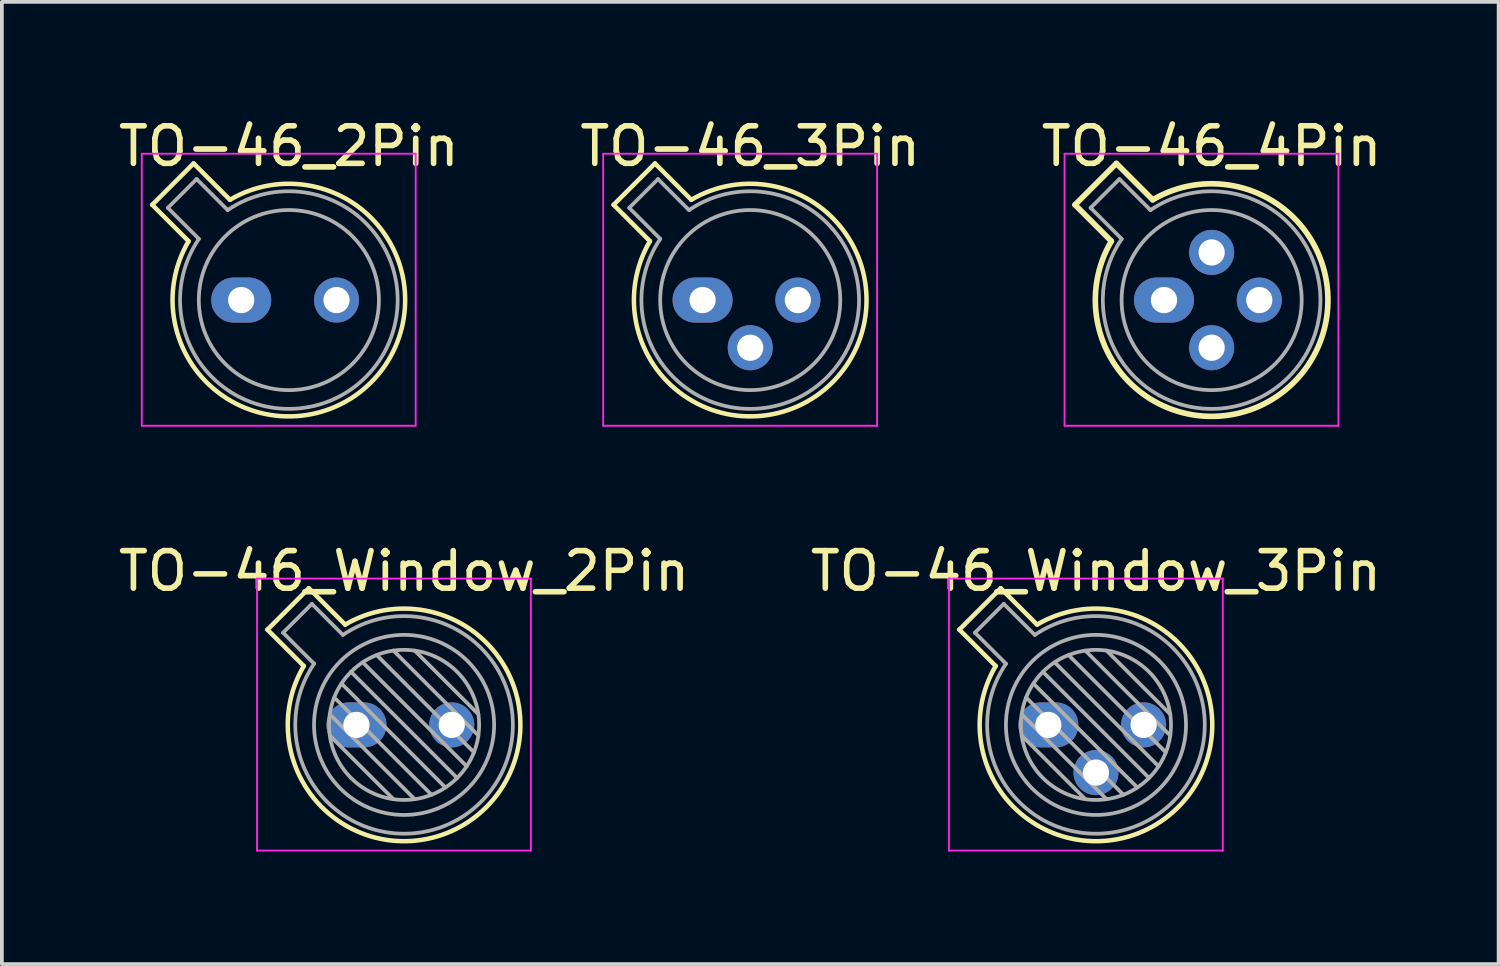
<source format=kicad_pcb>
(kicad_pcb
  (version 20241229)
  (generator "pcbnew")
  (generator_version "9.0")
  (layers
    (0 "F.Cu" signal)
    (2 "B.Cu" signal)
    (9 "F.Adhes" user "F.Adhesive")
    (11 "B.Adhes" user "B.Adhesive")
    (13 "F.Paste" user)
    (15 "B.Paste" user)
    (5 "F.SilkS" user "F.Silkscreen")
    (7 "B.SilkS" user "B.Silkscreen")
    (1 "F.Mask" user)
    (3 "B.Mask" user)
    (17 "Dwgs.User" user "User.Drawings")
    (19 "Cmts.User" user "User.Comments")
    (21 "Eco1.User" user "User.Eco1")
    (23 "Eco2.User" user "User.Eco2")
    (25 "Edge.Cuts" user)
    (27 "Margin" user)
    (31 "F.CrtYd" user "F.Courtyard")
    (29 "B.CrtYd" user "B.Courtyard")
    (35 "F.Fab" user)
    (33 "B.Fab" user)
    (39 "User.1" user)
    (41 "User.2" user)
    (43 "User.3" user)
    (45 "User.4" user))
  (footprint "TO-46_Window_2Pin"
    (layer "F.Cu")
    (at 6.45 16.271)
    (property "Reference" "TO-46_Window_2Pin" (at 1.27 -4.1 0) (layer "F.SilkS") (effects (font (size 1 1) (thickness 0.15))))
    (attr through_hole)
    (fp_line (start -2.372 -2.539) (end -1.403 -1.57) (stroke (width 0.12) (type solid)) (layer "F.SilkS"))
    (fp_line (start -1.269 -3.642) (end -2.372 -2.539) (stroke (width 0.12) (type solid)) (layer "F.SilkS"))
    (fp_line (start -0.3 -2.673) (end -1.269 -3.642) (stroke (width 0.12) (type solid)) (layer "F.SilkS"))
    (fp_arc (start -0.299966 -2.673052) (mid 3.462031 2.192031) (end -1.403052 -1.569965) (stroke (width 0.12) (type solid)) (layer "F.SilkS"))
    (fp_line (start -2.65 -3.9) (end -2.65 3.35) (stroke (width 0.05) (type solid)) (layer "F.CrtYd"))
    (fp_line (start -2.65 3.35) (end 4.65 3.35) (stroke (width 0.05) (type solid)) (layer "F.CrtYd"))
    (fp_line (start 4.65 -3.9) (end -2.65 -3.9) (stroke (width 0.05) (type solid)) (layer "F.CrtYd"))
    (fp_line (start 4.65 3.35) (end 4.65 -3.9) (stroke (width 0.05) (type solid)) (layer "F.CrtYd"))
    (fp_line (start -1.955 -2.458) (end -1.128 -1.631) (stroke (width 0.1) (type solid)) (layer "F.Fab"))
    (fp_line (start -1.188 -3.225) (end -1.955 -2.458) (stroke (width 0.1) (type solid)) (layer "F.Fab"))
    (fp_line (start -0.71 -0.283) (end 1.553 1.98) (stroke (width 0.1) (type solid)) (layer "F.Fab"))
    (fp_line (start -0.71 0.283) (end 0.987 1.98) (stroke (width 0.1) (type solid)) (layer "F.Fab"))
    (fp_line (start -0.592 -0.731) (end 2.001 1.862) (stroke (width 0.1) (type solid)) (layer "F.Fab"))
    (fp_line (start -0.399 -1.103) (end 2.373 1.669) (stroke (width 0.1) (type solid)) (layer "F.Fab"))
    (fp_line (start -0.361 -2.398) (end -1.188 -3.225) (stroke (width 0.1) (type solid)) (layer "F.Fab"))
    (fp_line (start -0.145 -1.415) (end 2.685 1.415) (stroke (width 0.1) (type solid)) (layer "F.Fab"))
    (fp_line (start 0.167 -1.669) (end 2.939 1.103) (stroke (width 0.1) (type solid)) (layer "F.Fab"))
    (fp_line (start 0.539 -1.862) (end 3.132 0.731) (stroke (width 0.1) (type solid)) (layer "F.Fab"))
    (fp_line (start 0.987 -1.98) (end 3.25 0.283) (stroke (width 0.1) (type solid)) (layer "F.Fab"))
    (fp_line (start 1.553 -1.98) (end 3.25 -0.283) (stroke (width 0.1) (type solid)) (layer "F.Fab"))
    (fp_arc (start -0.360736 -2.398061) (mid 3.320609 2.050609) (end -1.128061 -1.630736) (stroke (width 0.1) (type solid)) (layer "F.Fab"))
    (fp_circle (center 1.27 0) (end 3.27 0) (stroke (width 0.1) (type solid)) (fill no) (layer "F.Fab"))
    (fp_circle (center 1.27 0) (end 3.67 0) (stroke (width 0.1) (type solid)) (fill no) (layer "F.Fab"))
    (pad "1" thru_hole oval (at 0 0) (size 1.6 1.2) (drill 0.7) (layers "*.Cu" "*.Mask"))
    (pad "2" thru_hole oval (at 2.54 0) (size 1.2 1.2) (drill 0.7) (layers "*.Cu" "*.Mask")))
  (footprint "TO-46_2Pin"
    (layer "F.Cu")
    (at 3.379 4.948)
    (property "Reference" "TO-46_2Pin" (at 1.27 -4.1 0) (layer "F.SilkS") (effects (font (size 1 1) (thickness 0.15))))
    (attr through_hole)
    (fp_line (start -2.372 -2.539) (end -1.403 -1.57) (stroke (width 0.12) (type solid)) (layer "F.SilkS"))
    (fp_line (start -1.269 -3.642) (end -2.372 -2.539) (stroke (width 0.12) (type solid)) (layer "F.SilkS"))
    (fp_line (start -0.3 -2.673) (end -1.269 -3.642) (stroke (width 0.12) (type solid)) (layer "F.SilkS"))
    (fp_arc (start -0.299966 -2.673052) (mid 3.462031 2.192031) (end -1.403052 -1.569965) (stroke (width 0.12) (type solid)) (layer "F.SilkS"))
    (fp_line (start -2.65 -3.9) (end -2.65 3.35) (stroke (width 0.05) (type solid)) (layer "F.CrtYd"))
    (fp_line (start -2.65 3.35) (end 4.65 3.35) (stroke (width 0.05) (type solid)) (layer "F.CrtYd"))
    (fp_line (start 4.65 -3.9) (end -2.65 -3.9) (stroke (width 0.05) (type solid)) (layer "F.CrtYd"))
    (fp_line (start 4.65 3.35) (end 4.65 -3.9) (stroke (width 0.05) (type solid)) (layer "F.CrtYd"))
    (fp_line (start -1.955 -2.458) (end -1.128 -1.631) (stroke (width 0.1) (type solid)) (layer "F.Fab"))
    (fp_line (start -1.188 -3.225) (end -1.955 -2.458) (stroke (width 0.1) (type solid)) (layer "F.Fab"))
    (fp_line (start -0.361 -2.398) (end -1.188 -3.225) (stroke (width 0.1) (type solid)) (layer "F.Fab"))
    (fp_arc (start -0.360736 -2.398061) (mid 3.320609 2.050609) (end -1.128061 -1.630736) (stroke (width 0.1) (type solid)) (layer "F.Fab"))
    (fp_circle (center 1.27 0) (end 3.67 0) (stroke (width 0.1) (type solid)) (fill no) (layer "F.Fab"))
    (pad "1" thru_hole oval (at 0 0) (size 1.6 1.2) (drill 0.7) (layers "*.Cu" "*.Mask"))
    (pad "2" thru_hole oval (at 2.54 0) (size 1.2 1.2) (drill 0.7) (layers "*.Cu" "*.Mask")))
  (footprint "TO-46_4Pin"
    (layer "F.Cu")
    (at 27.974 4.948)
    (property "Reference" "TO-46_4Pin" (at 1.27 -4.1 0) (layer "F.SilkS") (effects (font (size 1 1) (thickness 0.15))))
    (attr through_hole)
    (fp_line (start -2.372 -2.539) (end -1.403 -1.57) (stroke (width 0.15) (type solid)) (layer "F.SilkS"))
    (fp_line (start -1.269 -3.642) (end -2.372 -2.539) (stroke (width 0.15) (type solid)) (layer "F.SilkS"))
    (fp_line (start -0.3 -2.673) (end -1.269 -3.642) (stroke (width 0.15) (type solid)) (layer "F.SilkS"))
    (fp_arc (start -0.299966 -2.673052) (mid 3.462031 2.192031) (end -1.403052 -1.569965) (stroke (width 0.15) (type solid)) (layer "F.SilkS"))
    (fp_line (start -2.65 -3.9) (end -2.65 3.35) (stroke (width 0.05) (type solid)) (layer "F.CrtYd"))
    (fp_line (start -2.65 3.35) (end 4.65 3.35) (stroke (width 0.05) (type solid)) (layer "F.CrtYd"))
    (fp_line (start 4.65 -3.9) (end -2.65 -3.9) (stroke (width 0.05) (type solid)) (layer "F.CrtYd"))
    (fp_line (start 4.65 3.35) (end 4.65 -3.9) (stroke (width 0.05) (type solid)) (layer "F.CrtYd"))
    (fp_line (start -1.955 -2.458) (end -1.128 -1.631) (stroke (width 0.1) (type solid)) (layer "F.Fab"))
    (fp_line (start -1.188 -3.225) (end -1.955 -2.458) (stroke (width 0.1) (type solid)) (layer "F.Fab"))
    (fp_line (start -0.361 -2.398) (end -1.188 -3.225) (stroke (width 0.1) (type solid)) (layer "F.Fab"))
    (fp_arc (start -0.360736 -2.398061) (mid 3.320609 2.050609) (end -1.128061 -1.630736) (stroke (width 0.1) (type solid)) (layer "F.Fab"))
    (fp_circle (center 1.27 0) (end 3.67 0) (stroke (width 0.1) (type solid)) (fill no) (layer "F.Fab"))
    (pad "1" thru_hole oval (at 0 0) (size 1.6 1.2) (drill 0.7) (layers "*.Cu" "*.Mask"))
    (pad "2" thru_hole oval (at 1.27 1.27) (size 1.2 1.2) (drill 0.7) (layers "*.Cu" "*.Mask"))
    (pad "3" thru_hole oval (at 2.54 0) (size 1.2 1.2) (drill 0.7) (layers "*.Cu" "*.Mask"))
    (pad "4" thru_hole oval (at 1.27 -1.27) (size 1.2 1.2) (drill 0.7) (layers "*.Cu" "*.Mask")))
  (footprint "TO-46_Window_3Pin"
    (layer "F.Cu")
    (at 24.891 16.271)
    (property "Reference" "TO-46_Window_3Pin" (at 1.27 -4.1 0) (layer "F.SilkS") (effects (font (size 1 1) (thickness 0.15))))
    (attr through_hole)
    (fp_line (start -2.372 -2.539) (end -1.403 -1.57) (stroke (width 0.12) (type solid)) (layer "F.SilkS"))
    (fp_line (start -1.269 -3.642) (end -2.372 -2.539) (stroke (width 0.12) (type solid)) (layer "F.SilkS"))
    (fp_line (start -0.3 -2.673) (end -1.269 -3.642) (stroke (width 0.12) (type solid)) (layer "F.SilkS"))
    (fp_arc (start -0.299966 -2.673052) (mid 3.462031 2.192031) (end -1.403052 -1.569965) (stroke (width 0.12) (type solid)) (layer "F.SilkS"))
    (fp_line (start -2.65 -3.9) (end -2.65 3.35) (stroke (width 0.05) (type solid)) (layer "F.CrtYd"))
    (fp_line (start -2.65 3.35) (end 4.65 3.35) (stroke (width 0.05) (type solid)) (layer "F.CrtYd"))
    (fp_line (start 4.65 -3.9) (end -2.65 -3.9) (stroke (width 0.05) (type solid)) (layer "F.CrtYd"))
    (fp_line (start 4.65 3.35) (end 4.65 -3.9) (stroke (width 0.05) (type solid)) (layer "F.CrtYd"))
    (fp_line (start -1.955 -2.458) (end -1.128 -1.631) (stroke (width 0.1) (type solid)) (layer "F.Fab"))
    (fp_line (start -1.188 -3.225) (end -1.955 -2.458) (stroke (width 0.1) (type solid)) (layer "F.Fab"))
    (fp_line (start -0.71 -0.283) (end 1.553 1.98) (stroke (width 0.1) (type solid)) (layer "F.Fab"))
    (fp_line (start -0.71 0.283) (end 0.987 1.98) (stroke (width 0.1) (type solid)) (layer "F.Fab"))
    (fp_line (start -0.592 -0.731) (end 2.001 1.862) (stroke (width 0.1) (type solid)) (layer "F.Fab"))
    (fp_line (start -0.399 -1.103) (end 2.373 1.669) (stroke (width 0.1) (type solid)) (layer "F.Fab"))
    (fp_line (start -0.361 -2.398) (end -1.188 -3.225) (stroke (width 0.1) (type solid)) (layer "F.Fab"))
    (fp_line (start -0.145 -1.415) (end 2.685 1.415) (stroke (width 0.1) (type solid)) (layer "F.Fab"))
    (fp_line (start 0.167 -1.669) (end 2.939 1.103) (stroke (width 0.1) (type solid)) (layer "F.Fab"))
    (fp_line (start 0.539 -1.862) (end 3.132 0.731) (stroke (width 0.1) (type solid)) (layer "F.Fab"))
    (fp_line (start 0.987 -1.98) (end 3.25 0.283) (stroke (width 0.1) (type solid)) (layer "F.Fab"))
    (fp_line (start 1.553 -1.98) (end 3.25 -0.283) (stroke (width 0.1) (type solid)) (layer "F.Fab"))
    (fp_arc (start -0.360736 -2.398061) (mid 3.320609 2.050609) (end -1.128061 -1.630736) (stroke (width 0.1) (type solid)) (layer "F.Fab"))
    (fp_circle (center 1.27 0) (end 3.27 0) (stroke (width 0.1) (type solid)) (fill no) (layer "F.Fab"))
    (fp_circle (center 1.27 0) (end 3.67 0) (stroke (width 0.1) (type solid)) (fill no) (layer "F.Fab"))
    (pad "1" thru_hole oval (at 0 0) (size 1.6 1.2) (drill 0.7) (layers "*.Cu" "*.Mask"))
    (pad "2" thru_hole oval (at 1.27 1.27) (size 1.2 1.2) (drill 0.7) (layers "*.Cu" "*.Mask"))
    (pad "3" thru_hole oval (at 2.54 0) (size 1.2 1.2) (drill 0.7) (layers "*.Cu" "*.Mask")))
  (footprint "TO-46_3Pin"
    (layer "F.Cu")
    (at 15.676 4.948)
    (property "Reference" "TO-46_3Pin" (at 1.27 -4.1 0) (layer "F.SilkS") (effects (font (size 1 1) (thickness 0.15))))
    (attr through_hole)
    (fp_line (start -2.372 -2.539) (end -1.403 -1.57) (stroke (width 0.12) (type solid)) (layer "F.SilkS"))
    (fp_line (start -1.269 -3.642) (end -2.372 -2.539) (stroke (width 0.12) (type solid)) (layer "F.SilkS"))
    (fp_line (start -0.3 -2.673) (end -1.269 -3.642) (stroke (width 0.12) (type solid)) (layer "F.SilkS"))
    (fp_arc (start -0.299966 -2.673052) (mid 3.462031 2.192031) (end -1.403052 -1.569965) (stroke (width 0.12) (type solid)) (layer "F.SilkS"))
    (fp_line (start -2.65 -3.9) (end -2.65 3.35) (stroke (width 0.05) (type solid)) (layer "F.CrtYd"))
    (fp_line (start -2.65 3.35) (end 4.65 3.35) (stroke (width 0.05) (type solid)) (layer "F.CrtYd"))
    (fp_line (start 4.65 -3.9) (end -2.65 -3.9) (stroke (width 0.05) (type solid)) (layer "F.CrtYd"))
    (fp_line (start 4.65 3.35) (end 4.65 -3.9) (stroke (width 0.05) (type solid)) (layer "F.CrtYd"))
    (fp_line (start -1.955 -2.458) (end -1.128 -1.631) (stroke (width 0.1) (type solid)) (layer "F.Fab"))
    (fp_line (start -1.188 -3.225) (end -1.955 -2.458) (stroke (width 0.1) (type solid)) (layer "F.Fab"))
    (fp_line (start -0.361 -2.398) (end -1.188 -3.225) (stroke (width 0.1) (type solid)) (layer "F.Fab"))
    (fp_arc (start -0.360736 -2.398061) (mid 3.320609 2.050609) (end -1.128061 -1.630736) (stroke (width 0.1) (type solid)) (layer "F.Fab"))
    (fp_circle (center 1.27 0) (end 3.67 0) (stroke (width 0.1) (type solid)) (fill no) (layer "F.Fab"))
    (pad "1" thru_hole oval (at 0 0) (size 1.6 1.2) (drill 0.7) (layers "*.Cu" "*.Mask"))
    (pad "2" thru_hole oval (at 1.27 1.27) (size 1.2 1.2) (drill 0.7) (layers "*.Cu" "*.Mask"))
    (pad "3" thru_hole oval (at 2.54 0) (size 1.2 1.2) (drill 0.7) (layers "*.Cu" "*.Mask")))
  (gr_rect
    (start -3 -3)
    (end 36.893 22.646)
    (stroke (width 0.1) (type default))
    (fill no)
    (layer "Edge.Cuts")))
</source>
